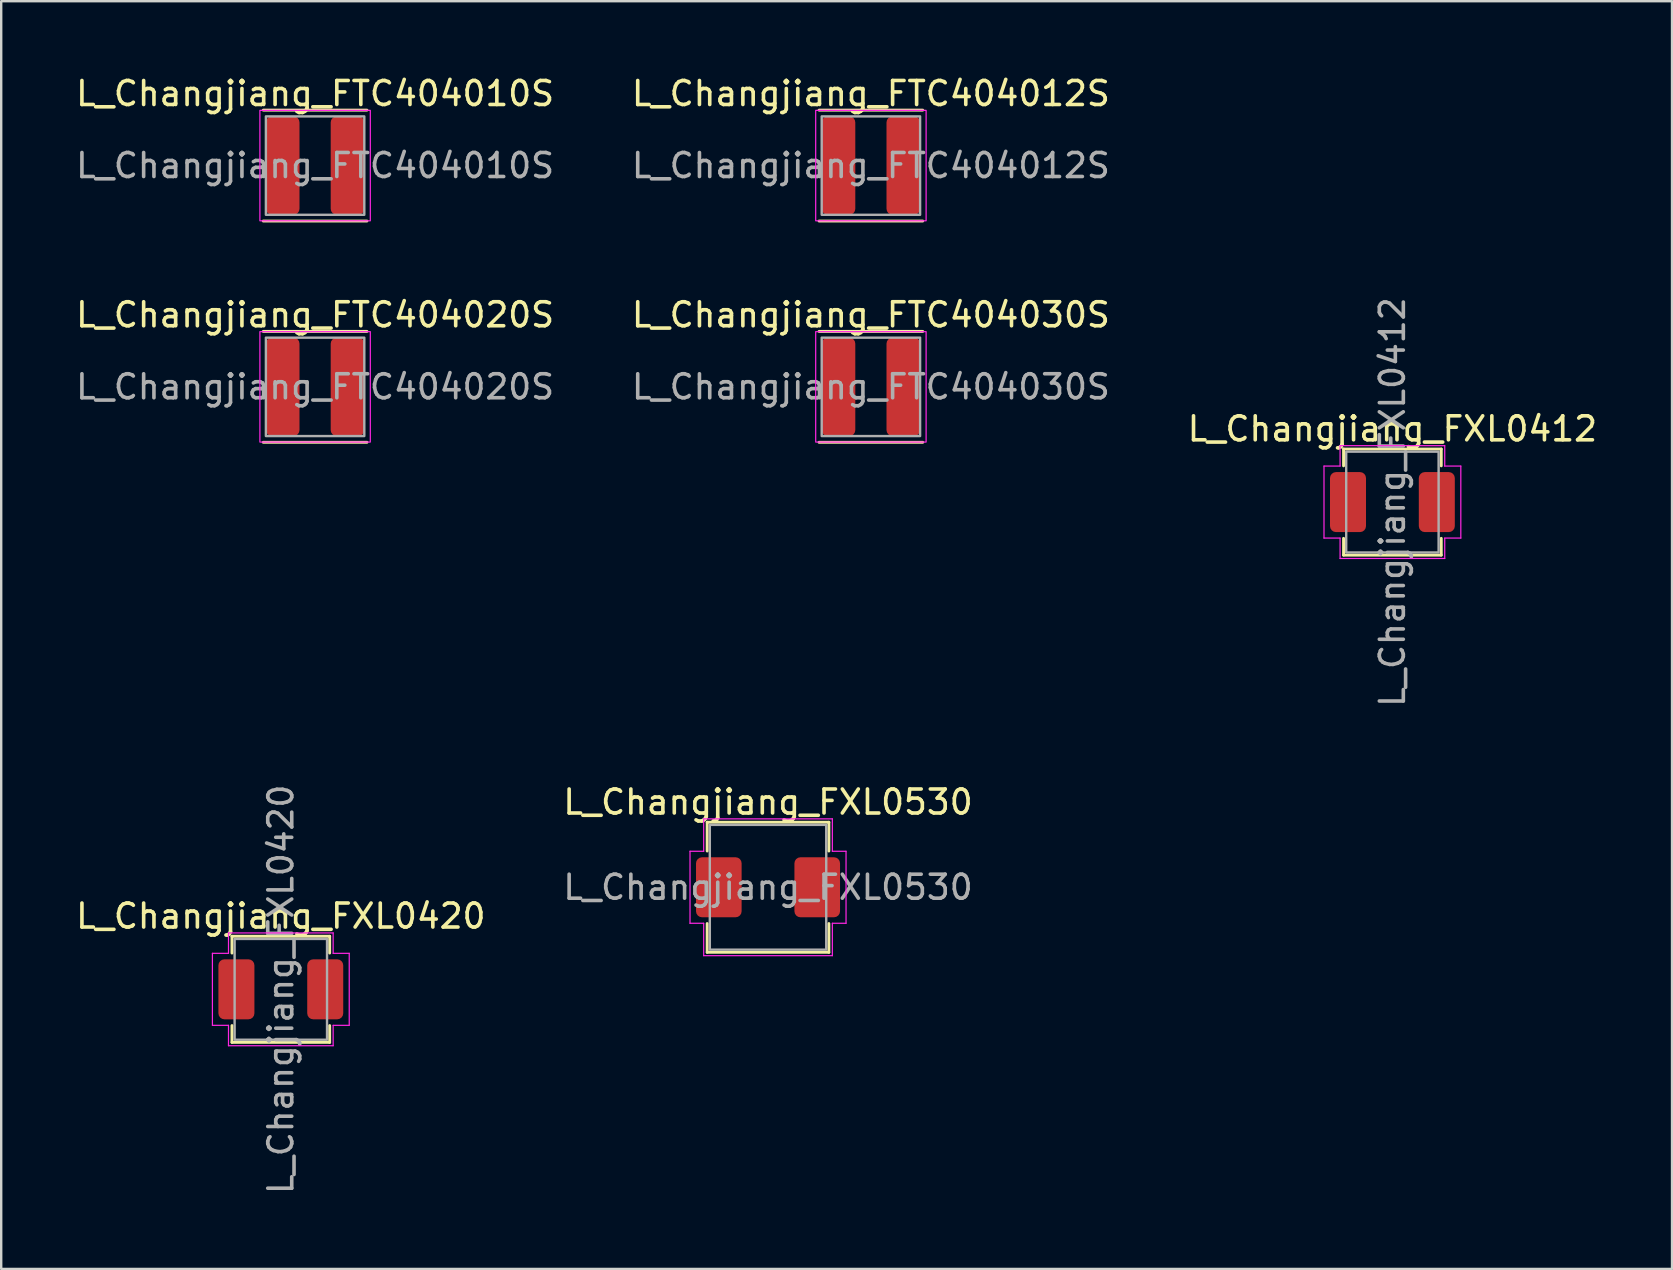
<source format=kicad_pcb>
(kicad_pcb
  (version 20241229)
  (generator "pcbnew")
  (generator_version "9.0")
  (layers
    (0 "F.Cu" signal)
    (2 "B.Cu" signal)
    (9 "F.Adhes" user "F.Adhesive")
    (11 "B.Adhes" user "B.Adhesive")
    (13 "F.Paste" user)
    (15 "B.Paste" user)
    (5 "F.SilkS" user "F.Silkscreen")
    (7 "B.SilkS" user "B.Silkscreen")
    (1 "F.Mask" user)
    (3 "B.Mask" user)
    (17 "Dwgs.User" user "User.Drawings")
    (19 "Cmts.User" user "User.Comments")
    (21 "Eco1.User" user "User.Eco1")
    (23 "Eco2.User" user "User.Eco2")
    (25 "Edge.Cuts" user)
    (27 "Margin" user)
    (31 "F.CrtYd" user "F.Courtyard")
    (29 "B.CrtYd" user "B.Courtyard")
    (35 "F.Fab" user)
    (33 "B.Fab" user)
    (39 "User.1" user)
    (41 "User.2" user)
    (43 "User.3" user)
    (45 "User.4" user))
  (footprint "L_Changjiang_FTC404020S"
    (layer "F.Cu")
    (at 10.077 13.066)
    (property "Reference" "L_Changjiang_FTC404020S" (at 0 -3 0) (layer "F.SilkS") (effects (font (size 1 1) (thickness 0.15))))
    (attr smd)
    (fp_line (start -2.16 -2.31) (end 2.16 -2.31) (stroke (width 0.12) (type solid)) (layer "F.SilkS"))
    (fp_line (start 2.16 2.31) (end -2.16 2.31) (stroke (width 0.12) (type solid)) (layer "F.SilkS"))
    (fp_rect (start -2.3 -2.3) (end 2.3 2.3) (stroke (width 0.05) (type solid)) (fill no) (layer "F.CrtYd"))
    (fp_rect (start -2.05 -2.05) (end 2.05 2.05) (stroke (width 0.1) (type solid)) (fill no) (layer "F.Fab"))
    (fp_text user "${REFERENCE}" (at 0 0 0) (layer "F.Fab") (effects (font (size 1 1) (thickness 0.15))))
    (pad "1" smd roundrect (at -1.35 0) (size 1.4 4.1) (layers "F.Cu" "F.Mask" "F.Paste") (roundrect_rratio 0.179))
    (pad "2" smd roundrect (at 1.35 0) (size 1.4 4.1) (layers "F.Cu" "F.Mask" "F.Paste") (roundrect_rratio 0.179)))
  (footprint "L_Changjiang_FXL0530"
    (layer "F.Cu")
    (at 28.946 33.914)
    (property "Reference" "L_Changjiang_FXL0530" (at 0 -3.55 0) (layer "F.SilkS") (effects (font (size 1 1) (thickness 0.15))))
    (attr smd)
    (fp_line (start -2.535 -2.71) (end 2.535 -2.71) (stroke (width 0.12) (type solid)) (layer "F.SilkS"))
    (fp_line (start -2.535 -1.51) (end -2.535 -2.71) (stroke (width 0.12) (type solid)) (layer "F.SilkS"))
    (fp_line (start -2.535 2.71) (end -2.535 1.51) (stroke (width 0.12) (type solid)) (layer "F.SilkS"))
    (fp_line (start 2.535 -2.71) (end 2.535 -1.51) (stroke (width 0.12) (type solid)) (layer "F.SilkS"))
    (fp_line (start 2.535 1.51) (end 2.535 2.71) (stroke (width 0.12) (type solid)) (layer "F.SilkS"))
    (fp_line (start 2.535 2.71) (end -2.535 2.71) (stroke (width 0.12) (type solid)) (layer "F.SilkS"))
    (fp_line (start -3.25 -1.5) (end -2.68 -1.5) (stroke (width 0.05) (type solid)) (layer "F.CrtYd"))
    (fp_line (start -3.25 1.5) (end -3.25 -1.5) (stroke (width 0.05) (type solid)) (layer "F.CrtYd"))
    (fp_line (start -2.68 -2.85) (end 2.68 -2.85) (stroke (width 0.05) (type solid)) (layer "F.CrtYd"))
    (fp_line (start -2.68 -1.5) (end -2.68 -2.85) (stroke (width 0.05) (type solid)) (layer "F.CrtYd"))
    (fp_line (start -2.68 1.5) (end -3.25 1.5) (stroke (width 0.05) (type solid)) (layer "F.CrtYd"))
    (fp_line (start -2.68 2.85) (end -2.68 1.5) (stroke (width 0.05) (type solid)) (layer "F.CrtYd"))
    (fp_line (start 2.68 -2.85) (end 2.68 -1.5) (stroke (width 0.05) (type solid)) (layer "F.CrtYd"))
    (fp_line (start 2.68 -1.5) (end 3.25 -1.5) (stroke (width 0.05) (type solid)) (layer "F.CrtYd"))
    (fp_line (start 2.68 1.5) (end 2.68 2.85) (stroke (width 0.05) (type solid)) (layer "F.CrtYd"))
    (fp_line (start 2.68 2.85) (end -2.68 2.85) (stroke (width 0.05) (type solid)) (layer "F.CrtYd"))
    (fp_line (start 3.25 -1.5) (end 3.25 1.5) (stroke (width 0.05) (type solid)) (layer "F.CrtYd"))
    (fp_line (start 3.25 1.5) (end 2.68 1.5) (stroke (width 0.05) (type solid)) (layer "F.CrtYd"))
    (fp_rect (start -2.425 -2.6) (end 2.425 2.6) (stroke (width 0.1) (type solid)) (fill no) (layer "F.Fab"))
    (fp_text user "${REFERENCE}" (at 0 0 0) (layer "F.Fab") (effects (font (size 1 1) (thickness 0.15))))
    (pad "1" smd roundrect (at -2.05 0) (size 1.9 2.5) (layers "F.Cu" "F.Mask" "F.Paste") (roundrect_rratio 0.132))
    (pad "2" smd roundrect (at 2.05 0) (size 1.9 2.5) (layers "F.Cu" "F.Mask" "F.Paste") (roundrect_rratio 0.132)))
  (footprint "L_Changjiang_FTC404030S"
    (layer "F.Cu")
    (at 33.232 13.066)
    (property "Reference" "L_Changjiang_FTC404030S" (at 0 -3 0) (layer "F.SilkS") (effects (font (size 1 1) (thickness 0.15))))
    (attr smd)
    (fp_line (start -2.16 -2.31) (end 2.16 -2.31) (stroke (width 0.12) (type solid)) (layer "F.SilkS"))
    (fp_line (start 2.16 2.31) (end -2.16 2.31) (stroke (width 0.12) (type solid)) (layer "F.SilkS"))
    (fp_rect (start -2.3 -2.3) (end 2.3 2.3) (stroke (width 0.05) (type solid)) (fill no) (layer "F.CrtYd"))
    (fp_rect (start -2.05 -2.05) (end 2.05 2.05) (stroke (width 0.1) (type solid)) (fill no) (layer "F.Fab"))
    (fp_text user "${REFERENCE}" (at 0 0 0) (layer "F.Fab") (effects (font (size 1 1) (thickness 0.15))))
    (pad "1" smd roundrect (at -1.35 0) (size 1.4 4.1) (layers "F.Cu" "F.Mask" "F.Paste") (roundrect_rratio 0.179))
    (pad "2" smd roundrect (at 1.35 0) (size 1.4 4.1) (layers "F.Cu" "F.Mask" "F.Paste") (roundrect_rratio 0.179)))
  (footprint "L_Changjiang_FTC404012S"
    (layer "F.Cu")
    (at 33.232 3.848)
    (property "Reference" "L_Changjiang_FTC404012S" (at 0 -3 0) (layer "F.SilkS") (effects (font (size 1 1) (thickness 0.15))))
    (attr smd)
    (fp_line (start -2.16 -2.31) (end 2.16 -2.31) (stroke (width 0.12) (type solid)) (layer "F.SilkS"))
    (fp_line (start 2.16 2.31) (end -2.16 2.31) (stroke (width 0.12) (type solid)) (layer "F.SilkS"))
    (fp_rect (start -2.3 -2.3) (end 2.3 2.3) (stroke (width 0.05) (type solid)) (fill no) (layer "F.CrtYd"))
    (fp_rect (start -2.05 -2.05) (end 2.05 2.05) (stroke (width 0.1) (type solid)) (fill no) (layer "F.Fab"))
    (fp_text user "${REFERENCE}" (at 0 0 0) (layer "F.Fab") (effects (font (size 1 1) (thickness 0.15))))
    (pad "1" smd roundrect (at -1.35 0) (size 1.4 4.1) (layers "F.Cu" "F.Mask" "F.Paste") (roundrect_rratio 0.179))
    (pad "2" smd roundrect (at 1.35 0) (size 1.4 4.1) (layers "F.Cu" "F.Mask" "F.Paste") (roundrect_rratio 0.179)))
  (footprint "L_Changjiang_FTC404010S"
    (layer "F.Cu")
    (at 10.077 3.848)
    (property "Reference" "L_Changjiang_FTC404010S" (at 0 -3 0) (layer "F.SilkS") (effects (font (size 1 1) (thickness 0.15))))
    (attr smd)
    (fp_line (start -2.16 -2.31) (end 2.16 -2.31) (stroke (width 0.12) (type solid)) (layer "F.SilkS"))
    (fp_line (start 2.16 2.31) (end -2.16 2.31) (stroke (width 0.12) (type solid)) (layer "F.SilkS"))
    (fp_rect (start -2.3 -2.3) (end 2.3 2.3) (stroke (width 0.05) (type solid)) (fill no) (layer "F.CrtYd"))
    (fp_rect (start -2.05 -2.05) (end 2.05 2.05) (stroke (width 0.1) (type solid)) (fill no) (layer "F.Fab"))
    (fp_text user "${REFERENCE}" (at 0 0 0) (layer "F.Fab") (effects (font (size 1 1) (thickness 0.15))))
    (pad "1" smd roundrect (at -1.35 0) (size 1.4 4.1) (layers "F.Cu" "F.Mask" "F.Paste") (roundrect_rratio 0.179))
    (pad "2" smd roundrect (at 1.35 0) (size 1.4 4.1) (layers "F.Cu" "F.Mask" "F.Paste") (roundrect_rratio 0.179)))
  (footprint "L_Changjiang_FXL0420"
    (layer "F.Cu")
    (at 8.649 38.165)
    (property "Reference" "L_Changjiang_FXL0420" (at 0 -3.05 0) (layer "F.SilkS") (effects (font (size 1 1) (thickness 0.15))))
    (attr smd)
    (fp_line (start -2.035 -2.21) (end 2.035 -2.21) (stroke (width 0.12) (type solid)) (layer "F.SilkS"))
    (fp_line (start -2.035 -1.51) (end -2.035 -2.21) (stroke (width 0.12) (type solid)) (layer "F.SilkS"))
    (fp_line (start -2.035 2.21) (end -2.035 1.51) (stroke (width 0.12) (type solid)) (layer "F.SilkS"))
    (fp_line (start 2.035 -2.21) (end 2.035 -1.51) (stroke (width 0.12) (type solid)) (layer "F.SilkS"))
    (fp_line (start 2.035 1.51) (end 2.035 2.21) (stroke (width 0.12) (type solid)) (layer "F.SilkS"))
    (fp_line (start 2.035 2.21) (end -2.035 2.21) (stroke (width 0.12) (type solid)) (layer "F.SilkS"))
    (fp_line (start -2.85 -1.5) (end -2.18 -1.5) (stroke (width 0.05) (type solid)) (layer "F.CrtYd"))
    (fp_line (start -2.85 1.5) (end -2.85 -1.5) (stroke (width 0.05) (type solid)) (layer "F.CrtYd"))
    (fp_line (start -2.18 -2.35) (end 2.18 -2.35) (stroke (width 0.05) (type solid)) (layer "F.CrtYd"))
    (fp_line (start -2.18 -1.5) (end -2.18 -2.35) (stroke (width 0.05) (type solid)) (layer "F.CrtYd"))
    (fp_line (start -2.18 1.5) (end -2.85 1.5) (stroke (width 0.05) (type solid)) (layer "F.CrtYd"))
    (fp_line (start -2.18 2.35) (end -2.18 1.5) (stroke (width 0.05) (type solid)) (layer "F.CrtYd"))
    (fp_line (start 2.18 -2.35) (end 2.18 -1.5) (stroke (width 0.05) (type solid)) (layer "F.CrtYd"))
    (fp_line (start 2.18 -1.5) (end 2.85 -1.5) (stroke (width 0.05) (type solid)) (layer "F.CrtYd"))
    (fp_line (start 2.18 1.5) (end 2.18 2.35) (stroke (width 0.05) (type solid)) (layer "F.CrtYd"))
    (fp_line (start 2.18 2.35) (end -2.18 2.35) (stroke (width 0.05) (type solid)) (layer "F.CrtYd"))
    (fp_line (start 2.85 -1.5) (end 2.85 1.5) (stroke (width 0.05) (type solid)) (layer "F.CrtYd"))
    (fp_line (start 2.85 1.5) (end 2.18 1.5) (stroke (width 0.05) (type solid)) (layer "F.CrtYd"))
    (fp_rect (start -1.925 -2.1) (end 1.925 2.1) (stroke (width 0.1) (type solid)) (fill no) (layer "F.Fab"))
    (fp_text user "${REFERENCE}" (at 0 0 90) (layer "F.Fab") (effects (font (size 1 1) (thickness 0.15))))
    (pad "1" smd roundrect (at -1.85 0) (size 1.5 2.5) (layers "F.Cu" "F.Mask" "F.Paste") (roundrect_rratio 0.167))
    (pad "2" smd roundrect (at 1.85 0) (size 1.5 2.5) (layers "F.Cu" "F.Mask" "F.Paste") (roundrect_rratio 0.167)))
  (footprint "L_Changjiang_FXL0412"
    (layer "F.Cu")
    (at 54.958 17.867)
    (property "Reference" "L_Changjiang_FXL0412" (at 0 -3.05 0) (layer "F.SilkS") (effects (font (size 1 1) (thickness 0.15))))
    (attr smd)
    (fp_line (start -2.035 -2.21) (end 2.035 -2.21) (stroke (width 0.12) (type solid)) (layer "F.SilkS"))
    (fp_line (start -2.035 -1.51) (end -2.035 -2.21) (stroke (width 0.12) (type solid)) (layer "F.SilkS"))
    (fp_line (start -2.035 2.21) (end -2.035 1.51) (stroke (width 0.12) (type solid)) (layer "F.SilkS"))
    (fp_line (start 2.035 -2.21) (end 2.035 -1.51) (stroke (width 0.12) (type solid)) (layer "F.SilkS"))
    (fp_line (start 2.035 1.51) (end 2.035 2.21) (stroke (width 0.12) (type solid)) (layer "F.SilkS"))
    (fp_line (start 2.035 2.21) (end -2.035 2.21) (stroke (width 0.12) (type solid)) (layer "F.SilkS"))
    (fp_line (start -2.85 -1.5) (end -2.18 -1.5) (stroke (width 0.05) (type solid)) (layer "F.CrtYd"))
    (fp_line (start -2.85 1.5) (end -2.85 -1.5) (stroke (width 0.05) (type solid)) (layer "F.CrtYd"))
    (fp_line (start -2.18 -2.35) (end 2.18 -2.35) (stroke (width 0.05) (type solid)) (layer "F.CrtYd"))
    (fp_line (start -2.18 -1.5) (end -2.18 -2.35) (stroke (width 0.05) (type solid)) (layer "F.CrtYd"))
    (fp_line (start -2.18 1.5) (end -2.85 1.5) (stroke (width 0.05) (type solid)) (layer "F.CrtYd"))
    (fp_line (start -2.18 2.35) (end -2.18 1.5) (stroke (width 0.05) (type solid)) (layer "F.CrtYd"))
    (fp_line (start 2.18 -2.35) (end 2.18 -1.5) (stroke (width 0.05) (type solid)) (layer "F.CrtYd"))
    (fp_line (start 2.18 -1.5) (end 2.85 -1.5) (stroke (width 0.05) (type solid)) (layer "F.CrtYd"))
    (fp_line (start 2.18 1.5) (end 2.18 2.35) (stroke (width 0.05) (type solid)) (layer "F.CrtYd"))
    (fp_line (start 2.18 2.35) (end -2.18 2.35) (stroke (width 0.05) (type solid)) (layer "F.CrtYd"))
    (fp_line (start 2.85 -1.5) (end 2.85 1.5) (stroke (width 0.05) (type solid)) (layer "F.CrtYd"))
    (fp_line (start 2.85 1.5) (end 2.18 1.5) (stroke (width 0.05) (type solid)) (layer "F.CrtYd"))
    (fp_rect (start -1.925 -2.1) (end 1.925 2.1) (stroke (width 0.1) (type solid)) (fill no) (layer "F.Fab"))
    (fp_text user "${REFERENCE}" (at 0 0 90) (layer "F.Fab") (effects (font (size 1 1) (thickness 0.15))))
    (pad "1" smd roundrect (at -1.85 0) (size 1.5 2.5) (layers "F.Cu" "F.Mask" "F.Paste") (roundrect_rratio 0.167))
    (pad "2" smd roundrect (at 1.85 0) (size 1.5 2.5) (layers "F.Cu" "F.Mask" "F.Paste") (roundrect_rratio 0.167)))
  (gr_rect
    (start -3 -3)
    (end 66.607 49.813)
    (stroke (width 0.1) (type default))
    (fill no)
    (layer "Edge.Cuts")))
</source>
